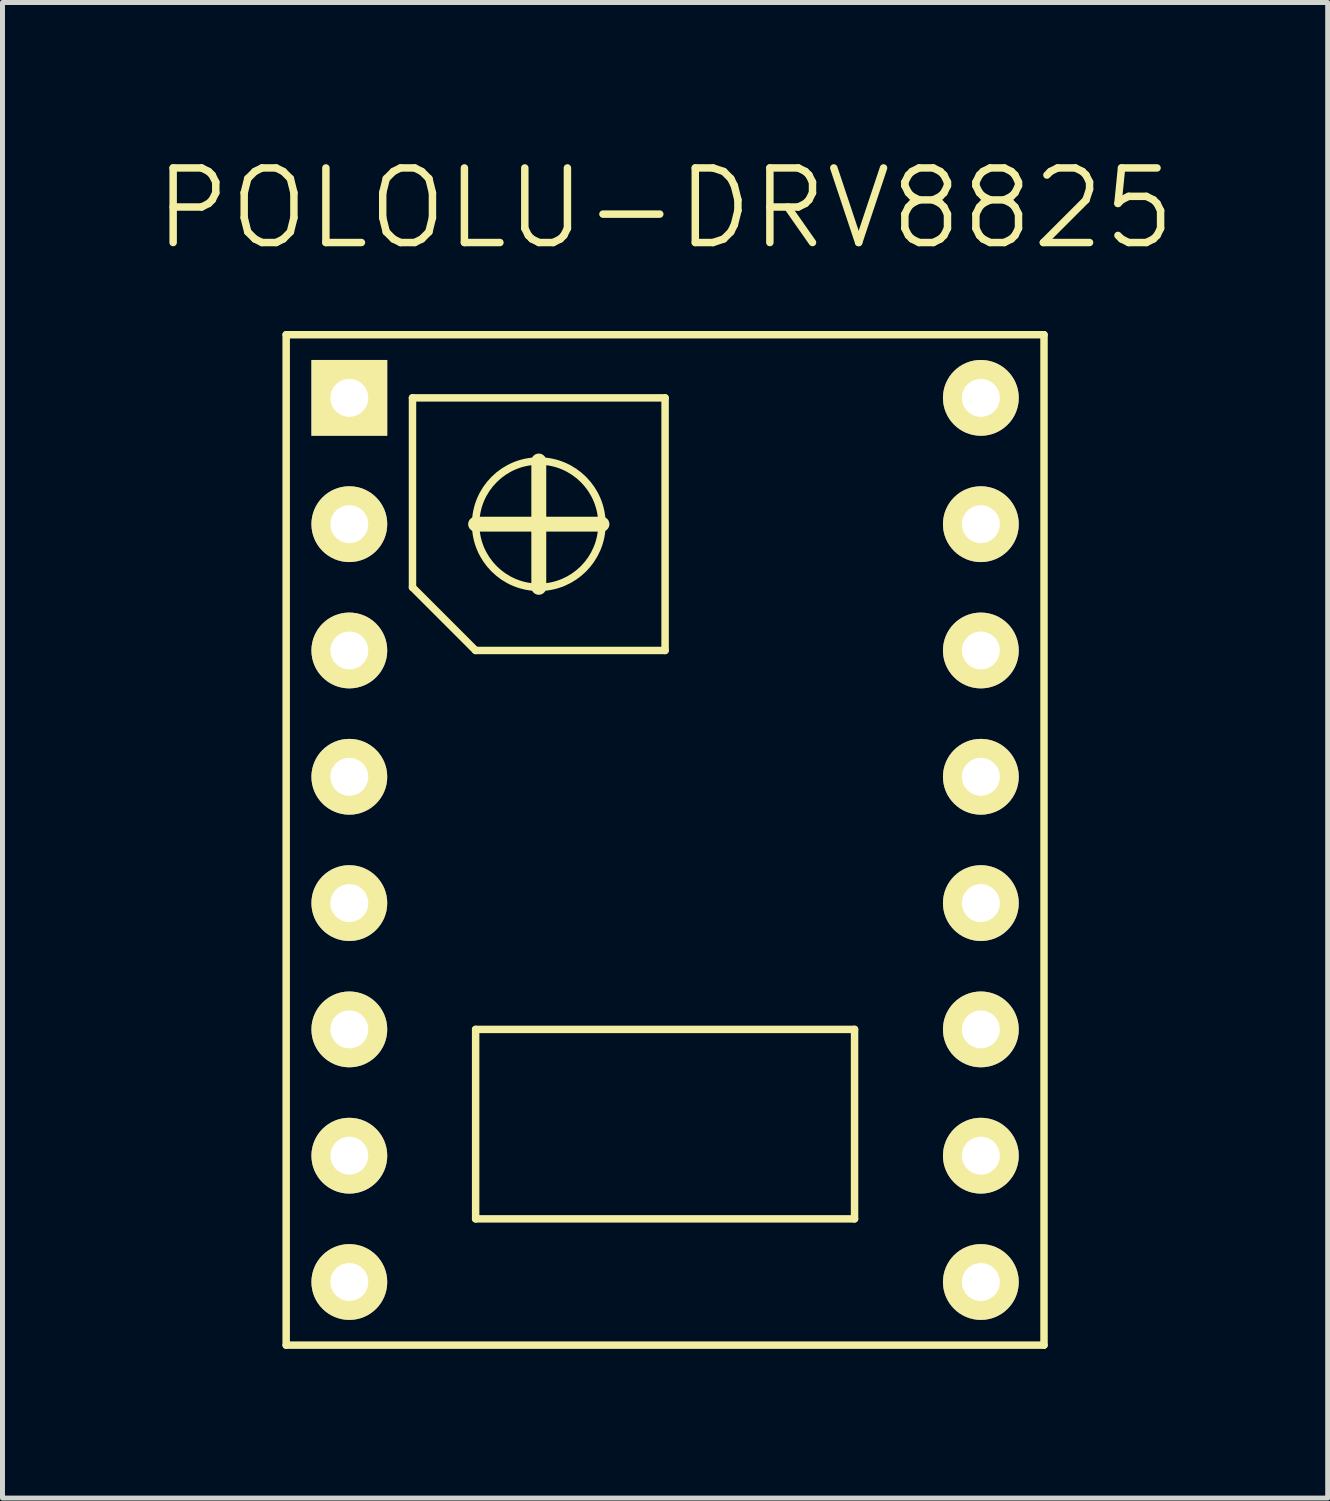
<source format=kicad_pcb>
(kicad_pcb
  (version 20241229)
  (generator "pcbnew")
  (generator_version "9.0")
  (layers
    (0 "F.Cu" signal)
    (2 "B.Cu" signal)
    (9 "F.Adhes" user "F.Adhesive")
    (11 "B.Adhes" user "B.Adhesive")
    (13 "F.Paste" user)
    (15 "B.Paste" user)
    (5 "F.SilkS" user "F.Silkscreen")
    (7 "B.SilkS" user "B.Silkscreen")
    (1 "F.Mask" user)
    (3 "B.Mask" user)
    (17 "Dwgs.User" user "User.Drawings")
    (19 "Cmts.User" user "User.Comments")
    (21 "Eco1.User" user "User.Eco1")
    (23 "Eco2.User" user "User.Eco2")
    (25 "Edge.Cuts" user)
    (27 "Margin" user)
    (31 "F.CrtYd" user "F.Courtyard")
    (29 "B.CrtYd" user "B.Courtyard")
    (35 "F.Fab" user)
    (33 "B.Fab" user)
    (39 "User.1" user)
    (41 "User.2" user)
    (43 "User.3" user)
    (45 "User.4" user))
  (footprint "POLOLU-DRV8825"
    (layer "F.Cu")
    (at 11.595 15.111)
    (property "Reference" "POLOLU-DRV8825" (at -1.27 -13.97 0) (layer "F.SilkS") (effects (font (size 1.5 1.5) (thickness 0.15))))
    (attr through_hole)
    (fp_line (start -8.89 -11.43) (end 6.35 -11.43) (stroke (width 0.15) (type solid)) (layer "F.SilkS"))
    (fp_line (start -8.89 8.89) (end -8.89 -11.43) (stroke (width 0.15) (type solid)) (layer "F.SilkS"))
    (fp_line (start -6.35 -10.16) (end -1.27 -10.16) (stroke (width 0.15) (type solid)) (layer "F.SilkS"))
    (fp_line (start -6.35 -6.35) (end -6.35 -10.16) (stroke (width 0.15) (type solid)) (layer "F.SilkS"))
    (fp_line (start -5.08 -7.62) (end -2.54 -7.62) (stroke (width 0.3) (type solid)) (layer "F.SilkS"))
    (fp_line (start -5.08 -5.08) (end -6.35 -6.35) (stroke (width 0.15) (type solid)) (layer "F.SilkS"))
    (fp_line (start -5.08 2.54) (end 2.54 2.54) (stroke (width 0.15) (type solid)) (layer "F.SilkS"))
    (fp_line (start -5.08 6.35) (end -5.08 2.54) (stroke (width 0.15) (type solid)) (layer "F.SilkS"))
    (fp_line (start -3.81 -8.89) (end -3.81 -6.35) (stroke (width 0.3) (type solid)) (layer "F.SilkS"))
    (fp_line (start -1.27 -10.16) (end -1.27 -5.08) (stroke (width 0.15) (type solid)) (layer "F.SilkS"))
    (fp_line (start -1.27 -5.08) (end -5.08 -5.08) (stroke (width 0.15) (type solid)) (layer "F.SilkS"))
    (fp_line (start 2.54 2.54) (end 2.54 6.35) (stroke (width 0.15) (type solid)) (layer "F.SilkS"))
    (fp_line (start 2.54 6.35) (end -5.08 6.35) (stroke (width 0.15) (type solid)) (layer "F.SilkS"))
    (fp_line (start 6.35 -11.43) (end 6.35 8.89) (stroke (width 0.15) (type solid)) (layer "F.SilkS"))
    (fp_line (start 6.35 8.89) (end -8.89 8.89) (stroke (width 0.15) (type solid)) (layer "F.SilkS"))
    (fp_circle (center -3.81 -7.62) (end -2.54 -7.62) (stroke (width 0.15) (type solid)) (fill no) (layer "F.SilkS"))
    (pad "1" thru_hole rect (at -7.62 -10.16) (size 1.524 1.524) (drill 0.762) (layers "*.Cu" "*.Mask" "F.SilkS"))
    (pad "2" thru_hole circle (at -7.62 -7.62) (size 1.524 1.524) (drill 0.762) (layers "*.Cu" "*.Mask" "F.SilkS"))
    (pad "3" thru_hole circle (at -7.62 -5.08) (size 1.524 1.524) (drill 0.762) (layers "*.Cu" "*.Mask" "F.SilkS"))
    (pad "4" thru_hole circle (at -7.62 -2.54) (size 1.524 1.524) (drill 0.762) (layers "*.Cu" "*.Mask" "F.SilkS"))
    (pad "5" thru_hole circle (at -7.62 0) (size 1.524 1.524) (drill 0.762) (layers "*.Cu" "*.Mask" "F.SilkS"))
    (pad "6" thru_hole circle (at -7.62 2.54) (size 1.524 1.524) (drill 0.762) (layers "*.Cu" "*.Mask" "F.SilkS"))
    (pad "7" thru_hole circle (at -7.62 5.08) (size 1.524 1.524) (drill 0.762) (layers "*.Cu" "*.Mask" "F.SilkS"))
    (pad "8" thru_hole circle (at -7.62 7.62) (size 1.524 1.524) (drill 0.762) (layers "*.Cu" "*.Mask" "F.SilkS"))
    (pad "9" thru_hole circle (at 5.08 7.62) (size 1.524 1.524) (drill 0.762) (layers "*.Cu" "*.Mask" "F.SilkS"))
    (pad "10" thru_hole circle (at 5.08 5.08) (size 1.524 1.524) (drill 0.762) (layers "*.Cu" "*.Mask" "F.SilkS"))
    (pad "11" thru_hole circle (at 5.08 2.54) (size 1.524 1.524) (drill 0.762) (layers "*.Cu" "*.Mask" "F.SilkS"))
    (pad "12" thru_hole circle (at 5.08 0) (size 1.524 1.524) (drill 0.762) (layers "*.Cu" "*.Mask" "F.SilkS"))
    (pad "13" thru_hole circle (at 5.08 -2.54) (size 1.524 1.524) (drill 0.762) (layers "*.Cu" "*.Mask" "F.SilkS"))
    (pad "14" thru_hole circle (at 5.08 -5.08) (size 1.524 1.524) (drill 0.762) (layers "*.Cu" "*.Mask" "F.SilkS"))
    (pad "15" thru_hole circle (at 5.08 -7.62) (size 1.524 1.524) (drill 0.762) (layers "*.Cu" "*.Mask" "F.SilkS"))
    (pad "16" thru_hole circle (at 5.08 -10.16) (size 1.524 1.524) (drill 0.762) (layers "*.Cu" "*.Mask" "F.SilkS")))
  (gr_rect
    (start -3 -3)
    (end 23.65 27.076)
    (stroke (width 0.1) (type default))
    (fill no)
    (layer "Edge.Cuts")))
</source>
